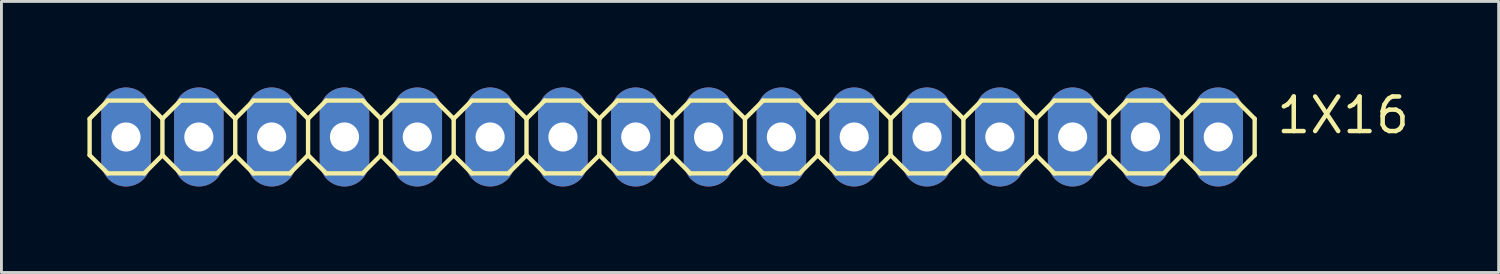
<source format=kicad_pcb>
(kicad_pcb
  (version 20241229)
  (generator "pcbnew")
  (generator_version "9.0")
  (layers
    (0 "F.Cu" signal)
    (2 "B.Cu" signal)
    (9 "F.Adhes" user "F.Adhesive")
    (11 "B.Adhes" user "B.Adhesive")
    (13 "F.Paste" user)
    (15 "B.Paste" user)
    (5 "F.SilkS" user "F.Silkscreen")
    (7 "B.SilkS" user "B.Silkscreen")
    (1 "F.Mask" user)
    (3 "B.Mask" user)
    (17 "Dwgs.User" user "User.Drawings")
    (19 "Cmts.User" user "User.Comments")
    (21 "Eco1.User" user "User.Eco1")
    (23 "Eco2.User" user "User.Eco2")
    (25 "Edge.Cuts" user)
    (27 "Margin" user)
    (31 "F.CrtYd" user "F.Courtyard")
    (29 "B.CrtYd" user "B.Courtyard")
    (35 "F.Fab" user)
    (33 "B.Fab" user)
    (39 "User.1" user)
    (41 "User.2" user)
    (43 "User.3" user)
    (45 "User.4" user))
  (footprint "1X16"
    (layer "F.Cu")
    (at 20.396 1.728)
    (property "Reference" "1X16" (at 21.006 -0.051 0) (layer "F.SilkS") (effects (font (size 1.206 1.206) (thickness 0.157)) (justify left bottom)))
    (attr through_hole)
    (fp_line (start -20.32 -0.635) (end -20.32 0.635) (stroke (width 0.152) (type solid)) (layer "F.SilkS"))
    (fp_line (start -20.32 0.635) (end -19.685 1.27) (stroke (width 0.152) (type solid)) (layer "F.SilkS"))
    (fp_line (start -19.685 -1.27) (end -20.32 -0.635) (stroke (width 0.152) (type solid)) (layer "F.SilkS"))
    (fp_line (start -19.685 -1.27) (end -18.415 -1.27) (stroke (width 0.152) (type solid)) (layer "F.SilkS"))
    (fp_line (start -18.415 -1.27) (end -17.78 -0.635) (stroke (width 0.152) (type solid)) (layer "F.SilkS"))
    (fp_line (start -18.415 1.27) (end -19.685 1.27) (stroke (width 0.152) (type solid)) (layer "F.SilkS"))
    (fp_line (start -17.78 -0.635) (end -17.78 0.635) (stroke (width 0.152) (type solid)) (layer "F.SilkS"))
    (fp_line (start -17.78 -0.635) (end -17.145 -1.27) (stroke (width 0.152) (type solid)) (layer "F.SilkS"))
    (fp_line (start -17.78 0.635) (end -18.415 1.27) (stroke (width 0.152) (type solid)) (layer "F.SilkS"))
    (fp_line (start -17.145 -1.27) (end -15.875 -1.27) (stroke (width 0.152) (type solid)) (layer "F.SilkS"))
    (fp_line (start -17.145 1.27) (end -17.78 0.635) (stroke (width 0.152) (type solid)) (layer "F.SilkS"))
    (fp_line (start -15.875 -1.27) (end -15.24 -0.635) (stroke (width 0.152) (type solid)) (layer "F.SilkS"))
    (fp_line (start -15.875 1.27) (end -17.145 1.27) (stroke (width 0.152) (type solid)) (layer "F.SilkS"))
    (fp_line (start -15.24 -0.635) (end -15.24 0.635) (stroke (width 0.152) (type solid)) (layer "F.SilkS"))
    (fp_line (start -15.24 -0.635) (end -14.605 -1.27) (stroke (width 0.152) (type solid)) (layer "F.SilkS"))
    (fp_line (start -15.24 0.635) (end -15.875 1.27) (stroke (width 0.152) (type solid)) (layer "F.SilkS"))
    (fp_line (start -14.605 -1.27) (end -13.335 -1.27) (stroke (width 0.152) (type solid)) (layer "F.SilkS"))
    (fp_line (start -14.605 1.27) (end -15.24 0.635) (stroke (width 0.152) (type solid)) (layer "F.SilkS"))
    (fp_line (start -13.335 -1.27) (end -12.7 -0.635) (stroke (width 0.152) (type solid)) (layer "F.SilkS"))
    (fp_line (start -13.335 1.27) (end -14.605 1.27) (stroke (width 0.152) (type solid)) (layer "F.SilkS"))
    (fp_line (start -12.7 -0.635) (end -12.7 0.635) (stroke (width 0.152) (type solid)) (layer "F.SilkS"))
    (fp_line (start -12.7 0.635) (end -13.335 1.27) (stroke (width 0.152) (type solid)) (layer "F.SilkS"))
    (fp_line (start -12.7 0.635) (end -12.065 1.27) (stroke (width 0.152) (type solid)) (layer "F.SilkS"))
    (fp_line (start -12.065 -1.27) (end -12.7 -0.635) (stroke (width 0.152) (type solid)) (layer "F.SilkS"))
    (fp_line (start -12.065 -1.27) (end -10.795 -1.27) (stroke (width 0.152) (type solid)) (layer "F.SilkS"))
    (fp_line (start -10.795 -1.27) (end -10.16 -0.635) (stroke (width 0.152) (type solid)) (layer "F.SilkS"))
    (fp_line (start -10.795 1.27) (end -12.065 1.27) (stroke (width 0.152) (type solid)) (layer "F.SilkS"))
    (fp_line (start -10.16 -0.635) (end -10.16 0.635) (stroke (width 0.152) (type solid)) (layer "F.SilkS"))
    (fp_line (start -10.16 -0.635) (end -9.525 -1.27) (stroke (width 0.152) (type solid)) (layer "F.SilkS"))
    (fp_line (start -10.16 0.635) (end -10.795 1.27) (stroke (width 0.152) (type solid)) (layer "F.SilkS"))
    (fp_line (start -9.525 -1.27) (end -8.255 -1.27) (stroke (width 0.152) (type solid)) (layer "F.SilkS"))
    (fp_line (start -9.525 1.27) (end -10.16 0.635) (stroke (width 0.152) (type solid)) (layer "F.SilkS"))
    (fp_line (start -8.255 -1.27) (end -7.62 -0.635) (stroke (width 0.152) (type solid)) (layer "F.SilkS"))
    (fp_line (start -8.255 1.27) (end -9.525 1.27) (stroke (width 0.152) (type solid)) (layer "F.SilkS"))
    (fp_line (start -7.62 -0.635) (end -7.62 0.635) (stroke (width 0.152) (type solid)) (layer "F.SilkS"))
    (fp_line (start -7.62 -0.635) (end -6.985 -1.27) (stroke (width 0.152) (type solid)) (layer "F.SilkS"))
    (fp_line (start -7.62 0.635) (end -8.255 1.27) (stroke (width 0.152) (type solid)) (layer "F.SilkS"))
    (fp_line (start -6.985 -1.27) (end -5.715 -1.27) (stroke (width 0.152) (type solid)) (layer "F.SilkS"))
    (fp_line (start -6.985 1.27) (end -7.62 0.635) (stroke (width 0.152) (type solid)) (layer "F.SilkS"))
    (fp_line (start -5.715 -1.27) (end -5.08 -0.635) (stroke (width 0.152) (type solid)) (layer "F.SilkS"))
    (fp_line (start -5.715 1.27) (end -6.985 1.27) (stroke (width 0.152) (type solid)) (layer "F.SilkS"))
    (fp_line (start -5.08 -0.635) (end -5.08 0.635) (stroke (width 0.152) (type solid)) (layer "F.SilkS"))
    (fp_line (start -5.08 0.635) (end -5.715 1.27) (stroke (width 0.152) (type solid)) (layer "F.SilkS"))
    (fp_line (start -5.08 0.635) (end -4.445 1.27) (stroke (width 0.152) (type solid)) (layer "F.SilkS"))
    (fp_line (start -4.445 -1.27) (end -5.08 -0.635) (stroke (width 0.152) (type solid)) (layer "F.SilkS"))
    (fp_line (start -4.445 -1.27) (end -3.175 -1.27) (stroke (width 0.152) (type solid)) (layer "F.SilkS"))
    (fp_line (start -3.175 -1.27) (end -2.54 -0.635) (stroke (width 0.152) (type solid)) (layer "F.SilkS"))
    (fp_line (start -3.175 1.27) (end -4.445 1.27) (stroke (width 0.152) (type solid)) (layer "F.SilkS"))
    (fp_line (start -2.54 -0.635) (end -2.54 0.635) (stroke (width 0.152) (type solid)) (layer "F.SilkS"))
    (fp_line (start -2.54 -0.635) (end -1.905 -1.27) (stroke (width 0.152) (type solid)) (layer "F.SilkS"))
    (fp_line (start -2.54 0.635) (end -3.175 1.27) (stroke (width 0.152) (type solid)) (layer "F.SilkS"))
    (fp_line (start -1.905 -1.27) (end -0.635 -1.27) (stroke (width 0.152) (type solid)) (layer "F.SilkS"))
    (fp_line (start -1.905 1.27) (end -2.54 0.635) (stroke (width 0.152) (type solid)) (layer "F.SilkS"))
    (fp_line (start -0.635 -1.27) (end 0 -0.635) (stroke (width 0.152) (type solid)) (layer "F.SilkS"))
    (fp_line (start -0.635 1.27) (end -1.905 1.27) (stroke (width 0.152) (type solid)) (layer "F.SilkS"))
    (fp_line (start 0 -0.635) (end 0 0.635) (stroke (width 0.152) (type solid)) (layer "F.SilkS"))
    (fp_line (start 0 -0.635) (end 0.635 -1.27) (stroke (width 0.152) (type solid)) (layer "F.SilkS"))
    (fp_line (start 0 0.635) (end -0.635 1.27) (stroke (width 0.152) (type solid)) (layer "F.SilkS"))
    (fp_line (start 0.635 -1.27) (end 1.905 -1.27) (stroke (width 0.152) (type solid)) (layer "F.SilkS"))
    (fp_line (start 0.635 1.27) (end 0 0.635) (stroke (width 0.152) (type solid)) (layer "F.SilkS"))
    (fp_line (start 1.905 -1.27) (end 2.54 -0.635) (stroke (width 0.152) (type solid)) (layer "F.SilkS"))
    (fp_line (start 1.905 1.27) (end 0.635 1.27) (stroke (width 0.152) (type solid)) (layer "F.SilkS"))
    (fp_line (start 2.54 -0.635) (end 2.54 0.635) (stroke (width 0.152) (type solid)) (layer "F.SilkS"))
    (fp_line (start 2.54 0.635) (end 1.905 1.27) (stroke (width 0.152) (type solid)) (layer "F.SilkS"))
    (fp_line (start 2.54 0.635) (end 3.175 1.27) (stroke (width 0.152) (type solid)) (layer "F.SilkS"))
    (fp_line (start 3.175 -1.27) (end 2.54 -0.635) (stroke (width 0.152) (type solid)) (layer "F.SilkS"))
    (fp_line (start 3.175 -1.27) (end 4.445 -1.27) (stroke (width 0.152) (type solid)) (layer "F.SilkS"))
    (fp_line (start 4.445 -1.27) (end 5.08 -0.635) (stroke (width 0.152) (type solid)) (layer "F.SilkS"))
    (fp_line (start 4.445 1.27) (end 3.175 1.27) (stroke (width 0.152) (type solid)) (layer "F.SilkS"))
    (fp_line (start 5.08 -0.635) (end 5.08 0.635) (stroke (width 0.152) (type solid)) (layer "F.SilkS"))
    (fp_line (start 5.08 -0.635) (end 5.715 -1.27) (stroke (width 0.152) (type solid)) (layer "F.SilkS"))
    (fp_line (start 5.08 0.635) (end 4.445 1.27) (stroke (width 0.152) (type solid)) (layer "F.SilkS"))
    (fp_line (start 5.715 -1.27) (end 6.985 -1.27) (stroke (width 0.152) (type solid)) (layer "F.SilkS"))
    (fp_line (start 5.715 1.27) (end 5.08 0.635) (stroke (width 0.152) (type solid)) (layer "F.SilkS"))
    (fp_line (start 6.985 -1.27) (end 7.62 -0.635) (stroke (width 0.152) (type solid)) (layer "F.SilkS"))
    (fp_line (start 6.985 1.27) (end 5.715 1.27) (stroke (width 0.152) (type solid)) (layer "F.SilkS"))
    (fp_line (start 7.62 -0.635) (end 7.62 0.635) (stroke (width 0.152) (type solid)) (layer "F.SilkS"))
    (fp_line (start 7.62 -0.635) (end 8.255 -1.27) (stroke (width 0.152) (type solid)) (layer "F.SilkS"))
    (fp_line (start 7.62 0.635) (end 6.985 1.27) (stroke (width 0.152) (type solid)) (layer "F.SilkS"))
    (fp_line (start 8.255 -1.27) (end 9.525 -1.27) (stroke (width 0.152) (type solid)) (layer "F.SilkS"))
    (fp_line (start 8.255 1.27) (end 7.62 0.635) (stroke (width 0.152) (type solid)) (layer "F.SilkS"))
    (fp_line (start 9.525 -1.27) (end 10.16 -0.635) (stroke (width 0.152) (type solid)) (layer "F.SilkS"))
    (fp_line (start 9.525 1.27) (end 8.255 1.27) (stroke (width 0.152) (type solid)) (layer "F.SilkS"))
    (fp_line (start 10.16 -0.635) (end 10.16 0.635) (stroke (width 0.152) (type solid)) (layer "F.SilkS"))
    (fp_line (start 10.16 0.635) (end 9.525 1.27) (stroke (width 0.152) (type solid)) (layer "F.SilkS"))
    (fp_line (start 10.16 0.635) (end 10.795 1.27) (stroke (width 0.152) (type solid)) (layer "F.SilkS"))
    (fp_line (start 10.795 -1.27) (end 10.16 -0.635) (stroke (width 0.152) (type solid)) (layer "F.SilkS"))
    (fp_line (start 10.795 -1.27) (end 12.065 -1.27) (stroke (width 0.152) (type solid)) (layer "F.SilkS"))
    (fp_line (start 12.065 -1.27) (end 12.7 -0.635) (stroke (width 0.152) (type solid)) (layer "F.SilkS"))
    (fp_line (start 12.065 1.27) (end 10.795 1.27) (stroke (width 0.152) (type solid)) (layer "F.SilkS"))
    (fp_line (start 12.7 -0.635) (end 12.7 0.635) (stroke (width 0.152) (type solid)) (layer "F.SilkS"))
    (fp_line (start 12.7 -0.635) (end 13.335 -1.27) (stroke (width 0.152) (type solid)) (layer "F.SilkS"))
    (fp_line (start 12.7 0.635) (end 12.065 1.27) (stroke (width 0.152) (type solid)) (layer "F.SilkS"))
    (fp_line (start 13.335 -1.27) (end 14.605 -1.27) (stroke (width 0.152) (type solid)) (layer "F.SilkS"))
    (fp_line (start 13.335 1.27) (end 12.7 0.635) (stroke (width 0.152) (type solid)) (layer "F.SilkS"))
    (fp_line (start 14.605 -1.27) (end 15.24 -0.635) (stroke (width 0.152) (type solid)) (layer "F.SilkS"))
    (fp_line (start 14.605 1.27) (end 13.335 1.27) (stroke (width 0.152) (type solid)) (layer "F.SilkS"))
    (fp_line (start 15.24 -0.635) (end 15.24 0.635) (stroke (width 0.152) (type solid)) (layer "F.SilkS"))
    (fp_line (start 15.24 -0.635) (end 15.875 -1.27) (stroke (width 0.152) (type solid)) (layer "F.SilkS"))
    (fp_line (start 15.24 0.635) (end 14.605 1.27) (stroke (width 0.152) (type solid)) (layer "F.SilkS"))
    (fp_line (start 15.875 -1.27) (end 17.145 -1.27) (stroke (width 0.152) (type solid)) (layer "F.SilkS"))
    (fp_line (start 15.875 1.27) (end 15.24 0.635) (stroke (width 0.152) (type solid)) (layer "F.SilkS"))
    (fp_line (start 17.145 -1.27) (end 17.78 -0.635) (stroke (width 0.152) (type solid)) (layer "F.SilkS"))
    (fp_line (start 17.145 1.27) (end 15.875 1.27) (stroke (width 0.152) (type solid)) (layer "F.SilkS"))
    (fp_line (start 17.78 -0.635) (end 17.78 0.635) (stroke (width 0.152) (type solid)) (layer "F.SilkS"))
    (fp_line (start 17.78 -0.635) (end 18.415 -1.27) (stroke (width 0.152) (type solid)) (layer "F.SilkS"))
    (fp_line (start 17.78 0.635) (end 17.145 1.27) (stroke (width 0.152) (type solid)) (layer "F.SilkS"))
    (fp_line (start 18.415 -1.27) (end 19.685 -1.27) (stroke (width 0.152) (type solid)) (layer "F.SilkS"))
    (fp_line (start 18.415 1.27) (end 17.78 0.635) (stroke (width 0.152) (type solid)) (layer "F.SilkS"))
    (fp_line (start 19.685 -1.27) (end 20.32 -0.635) (stroke (width 0.152) (type solid)) (layer "F.SilkS"))
    (fp_line (start 19.685 1.27) (end 18.415 1.27) (stroke (width 0.152) (type solid)) (layer "F.SilkS"))
    (fp_line (start 20.32 -0.635) (end 20.32 0.635) (stroke (width 0.152) (type solid)) (layer "F.SilkS"))
    (fp_line (start 20.32 0.635) (end 19.685 1.27) (stroke (width 0.152) (type solid)) (layer "F.SilkS"))
    (fp_poly (pts (xy -19.304 0.254) (xy -18.796 0.254) (xy -18.796 -0.254) (xy -19.304 -0.254)) (stroke (width 0.1) (type solid)) (fill no) (layer "F.Fab"))
    (fp_poly (pts (xy -16.764 0.254) (xy -16.256 0.254) (xy -16.256 -0.254) (xy -16.764 -0.254)) (stroke (width 0.1) (type solid)) (fill no) (layer "F.Fab"))
    (fp_poly (pts (xy -14.224 0.254) (xy -13.716 0.254) (xy -13.716 -0.254) (xy -14.224 -0.254)) (stroke (width 0.1) (type solid)) (fill no) (layer "F.Fab"))
    (fp_poly (pts (xy -11.684 0.254) (xy -11.176 0.254) (xy -11.176 -0.254) (xy -11.684 -0.254)) (stroke (width 0.1) (type solid)) (fill no) (layer "F.Fab"))
    (fp_poly (pts (xy -9.144 0.254) (xy -8.636 0.254) (xy -8.636 -0.254) (xy -9.144 -0.254)) (stroke (width 0.1) (type solid)) (fill no) (layer "F.Fab"))
    (fp_poly (pts (xy -6.604 0.254) (xy -6.096 0.254) (xy -6.096 -0.254) (xy -6.604 -0.254)) (stroke (width 0.1) (type solid)) (fill no) (layer "F.Fab"))
    (fp_poly (pts (xy -4.064 0.254) (xy -3.556 0.254) (xy -3.556 -0.254) (xy -4.064 -0.254)) (stroke (width 0.1) (type solid)) (fill no) (layer "F.Fab"))
    (fp_poly (pts (xy -1.524 0.254) (xy -1.016 0.254) (xy -1.016 -0.254) (xy -1.524 -0.254)) (stroke (width 0.1) (type solid)) (fill no) (layer "F.Fab"))
    (fp_poly (pts (xy 1.016 0.254) (xy 1.524 0.254) (xy 1.524 -0.254) (xy 1.016 -0.254)) (stroke (width 0.1) (type solid)) (fill no) (layer "F.Fab"))
    (fp_poly (pts (xy 3.556 0.254) (xy 4.064 0.254) (xy 4.064 -0.254) (xy 3.556 -0.254)) (stroke (width 0.1) (type solid)) (fill no) (layer "F.Fab"))
    (fp_poly (pts (xy 6.096 0.254) (xy 6.604 0.254) (xy 6.604 -0.254) (xy 6.096 -0.254)) (stroke (width 0.1) (type solid)) (fill no) (layer "F.Fab"))
    (fp_poly (pts (xy 8.636 0.254) (xy 9.144 0.254) (xy 9.144 -0.254) (xy 8.636 -0.254)) (stroke (width 0.1) (type solid)) (fill no) (layer "F.Fab"))
    (fp_poly (pts (xy 11.176 0.254) (xy 11.684 0.254) (xy 11.684 -0.254) (xy 11.176 -0.254)) (stroke (width 0.1) (type solid)) (fill no) (layer "F.Fab"))
    (fp_poly (pts (xy 13.716 0.254) (xy 14.224 0.254) (xy 14.224 -0.254) (xy 13.716 -0.254)) (stroke (width 0.1) (type solid)) (fill no) (layer "F.Fab"))
    (fp_poly (pts (xy 16.256 0.254) (xy 16.764 0.254) (xy 16.764 -0.254) (xy 16.256 -0.254)) (stroke (width 0.1) (type solid)) (fill no) (layer "F.Fab"))
    (fp_poly (pts (xy 18.796 0.254) (xy 19.304 0.254) (xy 19.304 -0.254) (xy 18.796 -0.254)) (stroke (width 0.1) (type solid)) (fill no) (layer "F.Fab"))
    (pad "1" thru_hole oval (at -19.05 0 90) (size 3.454 1.727) (drill 1.016) (layers "*.Cu" "*.Mask"))
    (pad "2" thru_hole oval (at -16.51 0 90) (size 3.454 1.727) (drill 1.016) (layers "*.Cu" "*.Mask"))
    (pad "3" thru_hole oval (at -13.97 0 90) (size 3.454 1.727) (drill 1.016) (layers "*.Cu" "*.Mask"))
    (pad "4" thru_hole oval (at -11.43 0 90) (size 3.454 1.727) (drill 1.016) (layers "*.Cu" "*.Mask"))
    (pad "5" thru_hole oval (at -8.89 0 90) (size 3.454 1.727) (drill 1.016) (layers "*.Cu" "*.Mask"))
    (pad "6" thru_hole oval (at -6.35 0 90) (size 3.454 1.727) (drill 1.016) (layers "*.Cu" "*.Mask"))
    (pad "7" thru_hole oval (at -3.81 0 90) (size 3.454 1.727) (drill 1.016) (layers "*.Cu" "*.Mask"))
    (pad "8" thru_hole oval (at -1.27 0 90) (size 3.454 1.727) (drill 1.016) (layers "*.Cu" "*.Mask"))
    (pad "9" thru_hole oval (at 1.27 0 90) (size 3.454 1.727) (drill 1.016) (layers "*.Cu" "*.Mask"))
    (pad "10" thru_hole oval (at 3.81 0 90) (size 3.454 1.727) (drill 1.016) (layers "*.Cu" "*.Mask"))
    (pad "11" thru_hole oval (at 6.35 0 90) (size 3.454 1.727) (drill 1.016) (layers "*.Cu" "*.Mask"))
    (pad "12" thru_hole oval (at 8.89 0 90) (size 3.454 1.727) (drill 1.016) (layers "*.Cu" "*.Mask"))
    (pad "13" thru_hole oval (at 11.43 0 90) (size 3.454 1.727) (drill 1.016) (layers "*.Cu" "*.Mask"))
    (pad "14" thru_hole oval (at 13.97 0 90) (size 3.454 1.727) (drill 1.016) (layers "*.Cu" "*.Mask"))
    (pad "15" thru_hole oval (at 16.51 0 90) (size 3.454 1.727) (drill 1.016) (layers "*.Cu" "*.Mask"))
    (pad "16" thru_hole oval (at 19.05 0 90) (size 3.454 1.727) (drill 1.016) (layers "*.Cu" "*.Mask")))
  (gr_rect
    (start -3 -3)
    (end 49.227 6.455)
    (stroke (width 0.1) (type default))
    (fill no)
    (layer "Edge.Cuts")))
</source>
